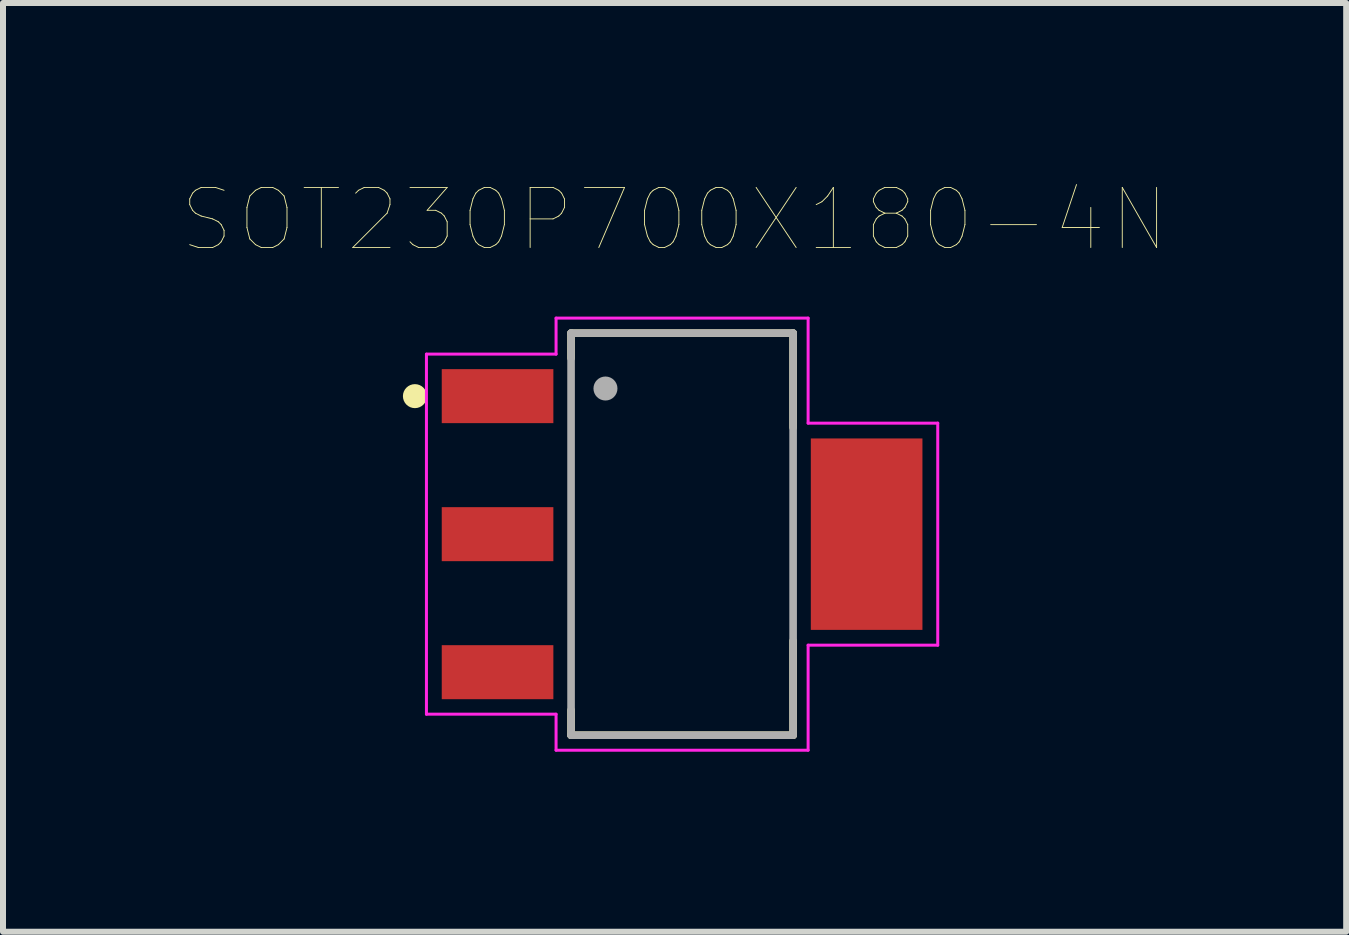
<source format=kicad_pcb>
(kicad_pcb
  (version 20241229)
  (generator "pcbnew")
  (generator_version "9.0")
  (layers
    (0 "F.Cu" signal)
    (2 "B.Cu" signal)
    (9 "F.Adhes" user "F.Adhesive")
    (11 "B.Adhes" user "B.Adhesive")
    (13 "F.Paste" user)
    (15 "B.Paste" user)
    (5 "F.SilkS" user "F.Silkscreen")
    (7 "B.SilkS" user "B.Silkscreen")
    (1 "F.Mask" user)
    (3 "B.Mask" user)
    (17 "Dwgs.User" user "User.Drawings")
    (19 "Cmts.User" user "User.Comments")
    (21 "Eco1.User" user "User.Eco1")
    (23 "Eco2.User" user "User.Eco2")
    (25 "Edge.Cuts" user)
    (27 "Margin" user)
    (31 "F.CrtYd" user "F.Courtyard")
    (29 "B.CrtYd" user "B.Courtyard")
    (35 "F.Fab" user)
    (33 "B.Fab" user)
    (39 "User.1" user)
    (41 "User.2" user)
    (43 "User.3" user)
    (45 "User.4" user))
  (footprint "SOT230P700X180-4N"
    (layer "F.Cu")
    (at 8.316 5.851)
    (property "Reference" "SOT230P700X180-4N" (at -0.125 -5.239 0) (layer "F.SilkS") (effects (font (size 1.001 1.001) (thickness 0.015))))
    (attr through_hole)
    (fp_line (start -1.85 -3.35) (end 1.85 -3.35) (stroke (width 0.127) (type solid)) (layer "F.SilkS"))
    (fp_line (start -1.85 -2.933) (end -1.85 -3.35) (stroke (width 0.127) (type solid)) (layer "F.SilkS"))
    (fp_line (start -1.85 2.933) (end -1.85 3.35) (stroke (width 0.127) (type solid)) (layer "F.SilkS"))
    (fp_line (start -1.85 3.35) (end 1.85 3.35) (stroke (width 0.127) (type solid)) (layer "F.SilkS"))
    (fp_line (start 1.85 -3.35) (end 1.85 -1.778) (stroke (width 0.127) (type solid)) (layer "F.SilkS"))
    (fp_line (start 1.85 3.35) (end 1.85 1.778) (stroke (width 0.127) (type solid)) (layer "F.SilkS"))
    (fp_circle (center -4.452 -2.3) (end -4.352 -2.3) (stroke (width 0.2) (type solid)) (fill no) (layer "F.SilkS"))
    (fp_line (start -4.26 -3) (end -4.26 3) (stroke (width 0.05) (type solid)) (layer "F.CrtYd"))
    (fp_line (start -4.26 3) (end -2.1 3) (stroke (width 0.05) (type solid)) (layer "F.CrtYd"))
    (fp_line (start -2.1 -3.6) (end -2.1 -3) (stroke (width 0.05) (type solid)) (layer "F.CrtYd"))
    (fp_line (start -2.1 -3) (end -4.26 -3) (stroke (width 0.05) (type solid)) (layer "F.CrtYd"))
    (fp_line (start -2.1 3) (end -2.1 3.6) (stroke (width 0.05) (type solid)) (layer "F.CrtYd"))
    (fp_line (start -2.1 3.6) (end 2.1 3.6) (stroke (width 0.05) (type solid)) (layer "F.CrtYd"))
    (fp_line (start 2.1 -3.6) (end -2.1 -3.6) (stroke (width 0.05) (type solid)) (layer "F.CrtYd"))
    (fp_line (start 2.1 -1.85) (end 2.1 -3.6) (stroke (width 0.05) (type solid)) (layer "F.CrtYd"))
    (fp_line (start 2.1 1.85) (end 4.26 1.85) (stroke (width 0.05) (type solid)) (layer "F.CrtYd"))
    (fp_line (start 2.1 3.6) (end 2.1 1.85) (stroke (width 0.05) (type solid)) (layer "F.CrtYd"))
    (fp_line (start 4.26 -1.85) (end 2.1 -1.85) (stroke (width 0.05) (type solid)) (layer "F.CrtYd"))
    (fp_line (start 4.26 1.85) (end 4.26 -1.85) (stroke (width 0.05) (type solid)) (layer "F.CrtYd"))
    (fp_line (start -1.85 -3.35) (end 1.85 -3.35) (stroke (width 0.127) (type solid)) (layer "F.Fab"))
    (fp_line (start -1.85 3.35) (end -1.85 -3.35) (stroke (width 0.127) (type solid)) (layer "F.Fab"))
    (fp_line (start -1.85 3.35) (end 1.85 3.35) (stroke (width 0.127) (type solid)) (layer "F.Fab"))
    (fp_line (start 1.85 -3.35) (end 1.85 3.35) (stroke (width 0.127) (type solid)) (layer "F.Fab"))
    (fp_circle (center -1.277 -2.427) (end -1.177 -2.427) (stroke (width 0.2) (type solid)) (fill no) (layer "F.Fab"))
    (pad "1" smd rect (at -3.075 -2.3) (size 1.86 0.9) (layers "F.Cu" "F.Mask" "F.Paste"))
    (pad "2" smd rect (at -3.075 0) (size 1.86 0.9) (layers "F.Cu" "F.Mask" "F.Paste"))
    (pad "3" smd rect (at -3.075 2.3) (size 1.86 0.9) (layers "F.Cu" "F.Mask" "F.Paste"))
    (pad "4" smd rect (at 3.075 0) (size 1.86 3.19) (layers "F.Cu" "F.Mask" "F.Paste")))
  (gr_rect
    (start -3 -3)
    (end 19.382 12.476)
    (stroke (width 0.1) (type default))
    (fill no)
    (layer "Edge.Cuts")))
</source>
